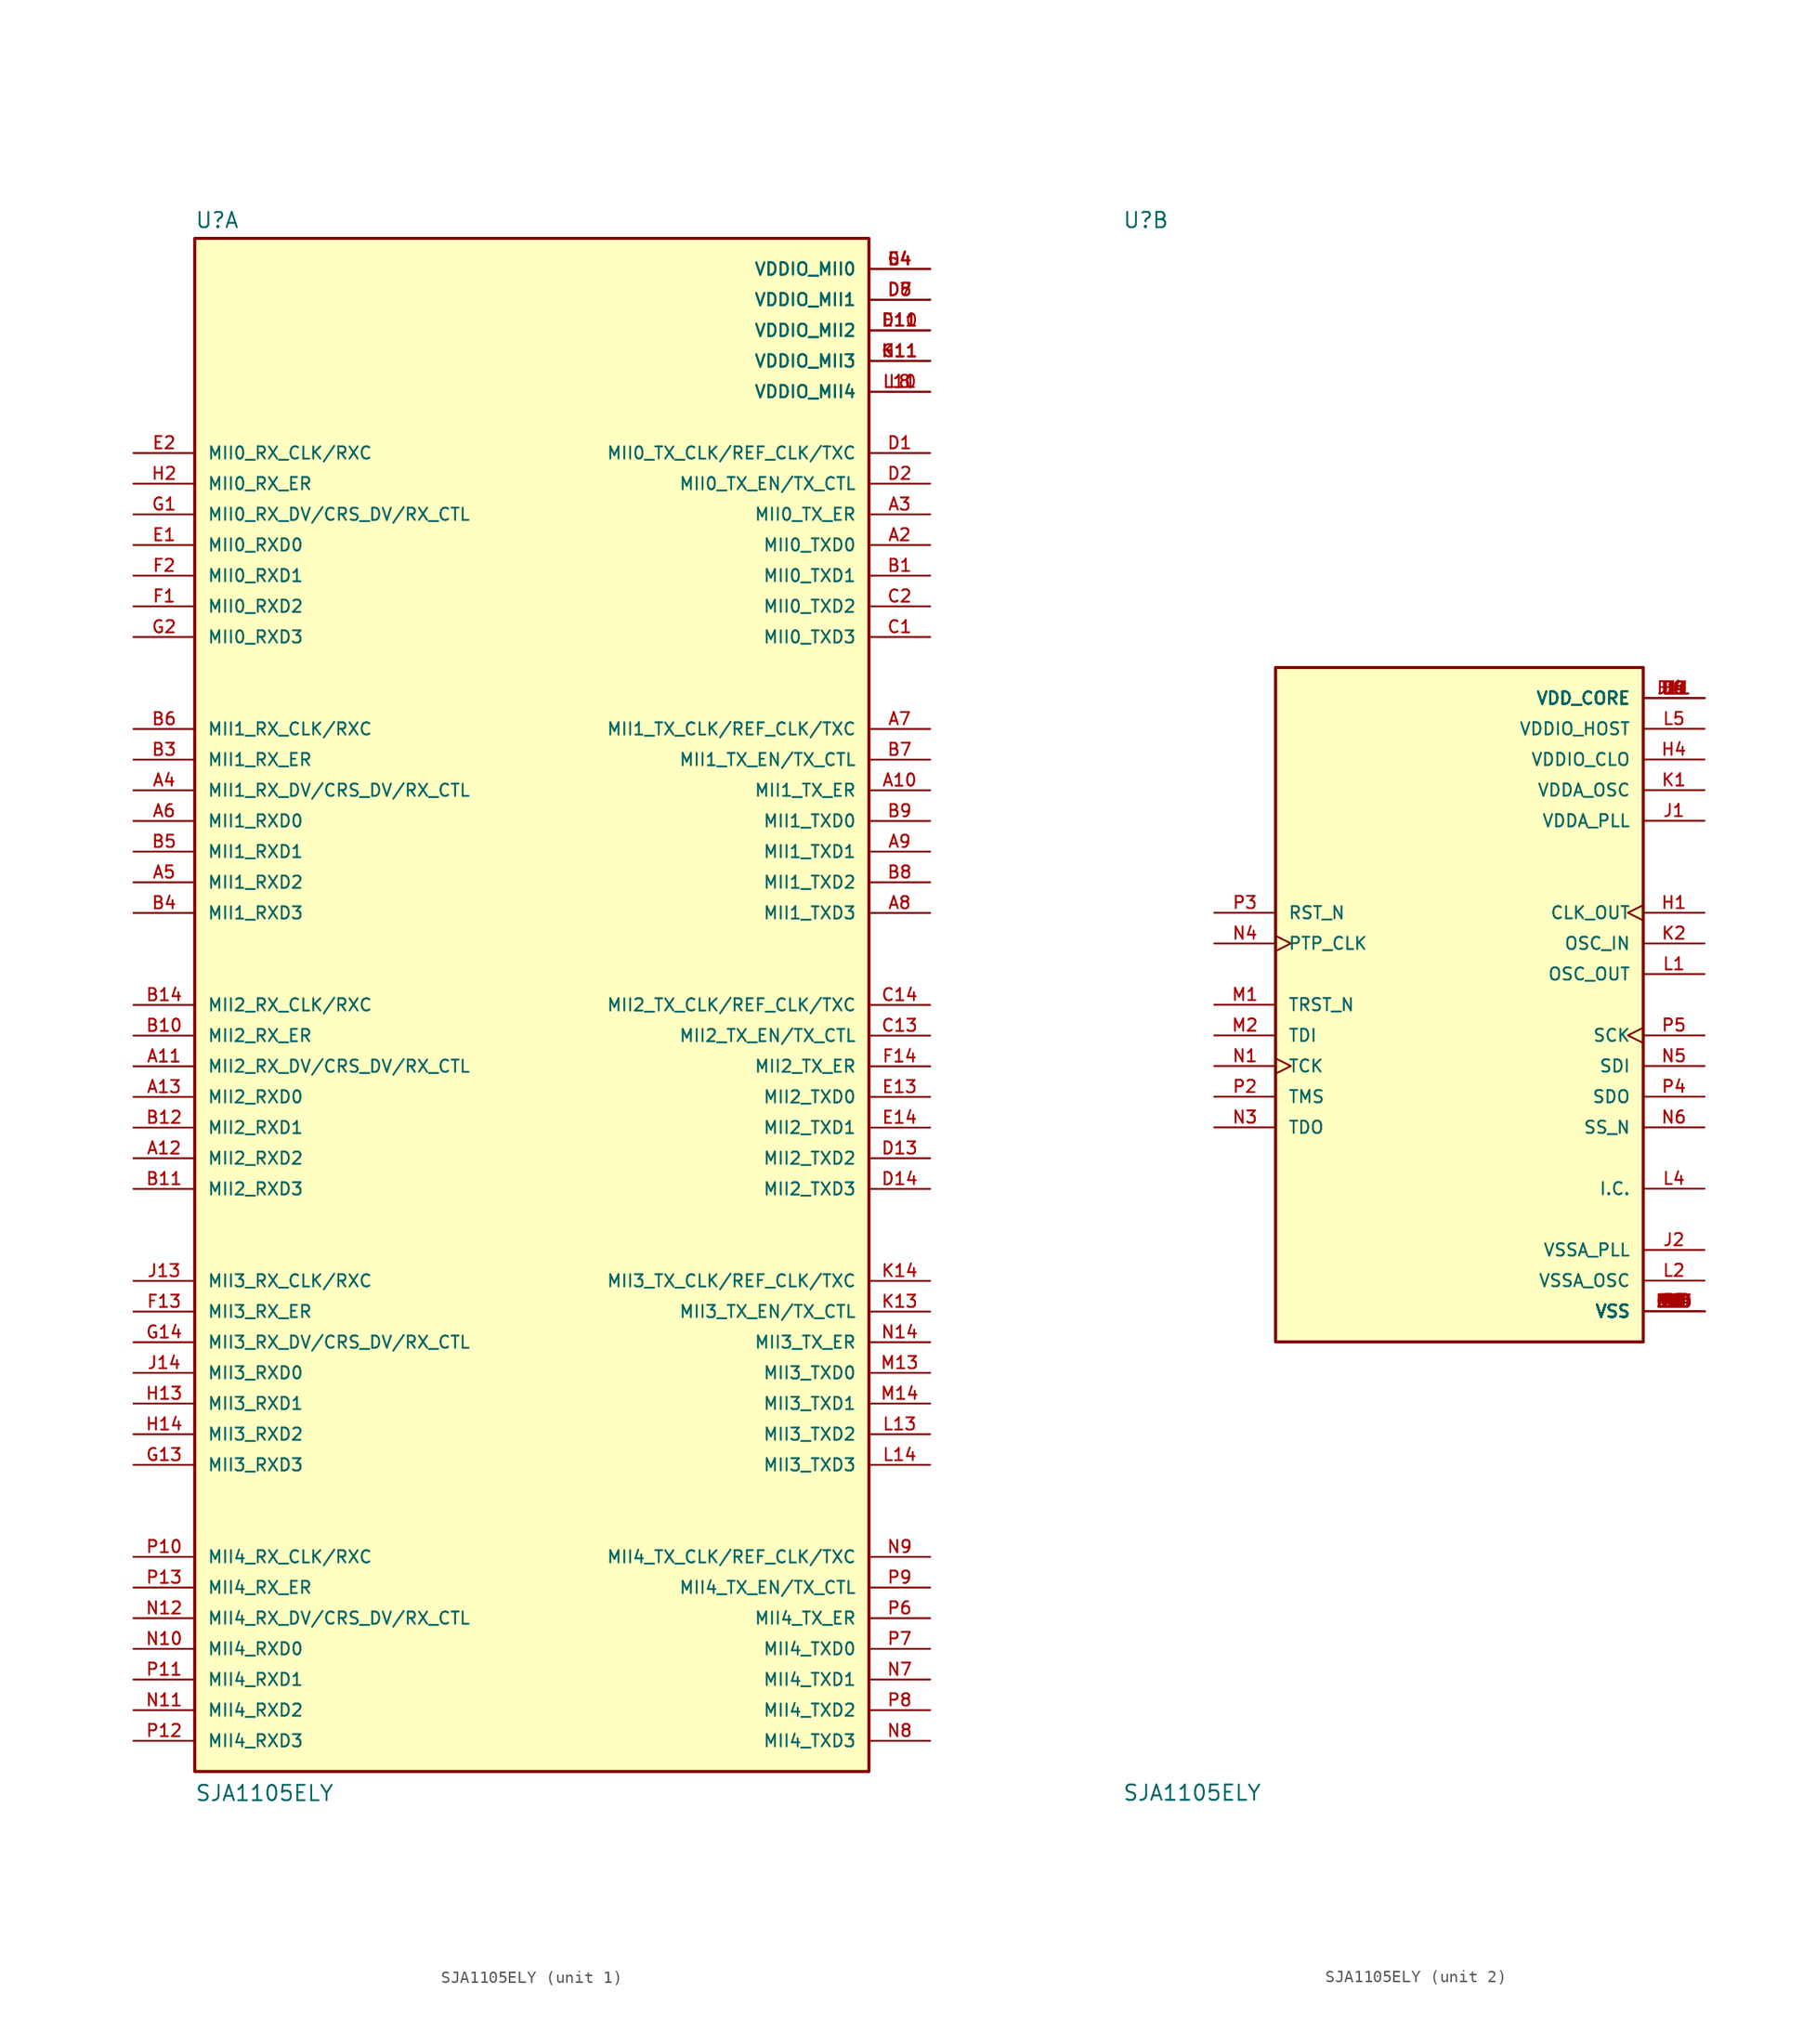
<source format=kicad_sym>
(kicad_symbol_lib
  (version 20211014)
  (generator kicad_symbol_editor)
  (symbol "SJA1105ELY"
    (pin_names
      (offset 1.016))
    (property "Reference" "U"
      (at -27.94 64.262 0)
      (effects (font (size 1.27 1.27)) (justify bottom left)))
    (property "Value" "SJA1105ELY"
      (at -27.94 -66.04 0)
      (effects (font (size 1.27 1.27)) (justify bottom left)))
    (symbol "SJA1105ELY_1_0"
      (rectangle (start -27.94 -63.5) (end 27.94 63.5) (stroke (width 0.254)) (fill (type background)))
      (pin power_in line (at 33.02 60.96 180.0) (length 5.08) (name "VDDIO_MII0" (effects (font (size 1.016 1.016)))) (number "D4" (effects (font (size 1.016 1.016)))))
      (pin power_in line (at 33.02 60.96 180.0) (length 5.08) (name "VDDIO_MII0" (effects (font (size 1.016 1.016)))) (number "E4" (effects (font (size 1.016 1.016)))))
      (pin power_in line (at 33.02 60.96 180.0) (length 5.08) (name "VDDIO_MII0" (effects (font (size 1.016 1.016)))) (number "G4" (effects (font (size 1.016 1.016)))))
      (pin bidirectional line (at 33.02 45.72 180.0) (length 5.08) (name "MII0_TX_CLK/REF_CLK/TXC" (effects (font (size 1.016 1.016)))) (number "D1" (effects (font (size 1.016 1.016)))))
      (pin output line (at 33.02 43.18 180.0) (length 5.08) (name "MII0_TX_EN/TX_CTL" (effects (font (size 1.016 1.016)))) (number "D2" (effects (font (size 1.016 1.016)))))
      (pin output line (at 33.02 38.1 180.0) (length 5.08) (name "MII0_TXD0" (effects (font (size 1.016 1.016)))) (number "A2" (effects (font (size 1.016 1.016)))))
      (pin output line (at 33.02 40.64 180.0) (length 5.08) (name "MII0_TX_ER" (effects (font (size 1.016 1.016)))) (number "A3" (effects (font (size 1.016 1.016)))))
      (pin output line (at 33.02 35.56 180.0) (length 5.08) (name "MII0_TXD1" (effects (font (size 1.016 1.016)))) (number "B1" (effects (font (size 1.016 1.016)))))
      (pin output line (at 33.02 33.02 180.0) (length 5.08) (name "MII0_TXD2" (effects (font (size 1.016 1.016)))) (number "C2" (effects (font (size 1.016 1.016)))))
      (pin output line (at 33.02 30.48 180.0) (length 5.08) (name "MII0_TXD3" (effects (font (size 1.016 1.016)))) (number "C1" (effects (font (size 1.016 1.016)))))
      (pin bidirectional line (at -33.02 45.72 0) (length 5.08) (name "MII0_RX_CLK/RXC" (effects (font (size 1.016 1.016)))) (number "E2" (effects (font (size 1.016 1.016)))))
      (pin input line (at -33.02 43.18 0) (length 5.08) (name "MII0_RX_ER" (effects (font (size 1.016 1.016)))) (number "H2" (effects (font (size 1.016 1.016)))))
      (pin input line (at -33.02 40.64 0) (length 5.08) (name "MII0_RX_DV/CRS_DV/RX_CTL" (effects (font (size 1.016 1.016)))) (number "G1" (effects (font (size 1.016 1.016)))))
      (pin input line (at -33.02 38.1 0) (length 5.08) (name "MII0_RXD0" (effects (font (size 1.016 1.016)))) (number "E1" (effects (font (size 1.016 1.016)))))
      (pin input line (at -33.02 35.56 0) (length 5.08) (name "MII0_RXD1" (effects (font (size 1.016 1.016)))) (number "F2" (effects (font (size 1.016 1.016)))))
      (pin input line (at -33.02 33.02 0) (length 5.08) (name "MII0_RXD2" (effects (font (size 1.016 1.016)))) (number "F1" (effects (font (size 1.016 1.016)))))
      (pin input line (at -33.02 30.48 0) (length 5.08) (name "MII0_RXD3" (effects (font (size 1.016 1.016)))) (number "G2" (effects (font (size 1.016 1.016)))))
      (pin power_in line (at 33.02 58.42 180.0) (length 5.08) (name "VDDIO_MII1" (effects (font (size 1.016 1.016)))) (number "D5" (effects (font (size 1.016 1.016)))))
      (pin power_in line (at 33.02 58.42 180.0) (length 5.08) (name "VDDIO_MII1" (effects (font (size 1.016 1.016)))) (number "D7" (effects (font (size 1.016 1.016)))))
      (pin power_in line (at 33.02 58.42 180.0) (length 5.08) (name "VDDIO_MII1" (effects (font (size 1.016 1.016)))) (number "D8" (effects (font (size 1.016 1.016)))))
      (pin bidirectional line (at 33.02 22.86 180.0) (length 5.08) (name "MII1_TX_CLK/REF_CLK/TXC" (effects (font (size 1.016 1.016)))) (number "A7" (effects (font (size 1.016 1.016)))))
      (pin output line (at 33.02 20.32 180.0) (length 5.08) (name "MII1_TX_EN/TX_CTL" (effects (font (size 1.016 1.016)))) (number "B7" (effects (font (size 1.016 1.016)))))
      (pin output line (at 33.02 15.24 180.0) (length 5.08) (name "MII1_TXD0" (effects (font (size 1.016 1.016)))) (number "B9" (effects (font (size 1.016 1.016)))))
      (pin output line (at 33.02 17.78 180.0) (length 5.08) (name "MII1_TX_ER" (effects (font (size 1.016 1.016)))) (number "A10" (effects (font (size 1.016 1.016)))))
      (pin output line (at 33.02 12.7 180.0) (length 5.08) (name "MII1_TXD1" (effects (font (size 1.016 1.016)))) (number "A9" (effects (font (size 1.016 1.016)))))
      (pin output line (at 33.02 10.16 180.0) (length 5.08) (name "MII1_TXD2" (effects (font (size 1.016 1.016)))) (number "B8" (effects (font (size 1.016 1.016)))))
      (pin output line (at 33.02 7.62 180.0) (length 5.08) (name "MII1_TXD3" (effects (font (size 1.016 1.016)))) (number "A8" (effects (font (size 1.016 1.016)))))
      (pin bidirectional line (at -33.02 22.86 0) (length 5.08) (name "MII1_RX_CLK/RXC" (effects (font (size 1.016 1.016)))) (number "B6" (effects (font (size 1.016 1.016)))))
      (pin input line (at -33.02 20.32 0) (length 5.08) (name "MII1_RX_ER" (effects (font (size 1.016 1.016)))) (number "B3" (effects (font (size 1.016 1.016)))))
      (pin input line (at -33.02 17.78 0) (length 5.08) (name "MII1_RX_DV/CRS_DV/RX_CTL" (effects (font (size 1.016 1.016)))) (number "A4" (effects (font (size 1.016 1.016)))))
      (pin input line (at -33.02 15.24 0) (length 5.08) (name "MII1_RXD0" (effects (font (size 1.016 1.016)))) (number "A6" (effects (font (size 1.016 1.016)))))
      (pin input line (at -33.02 12.7 0) (length 5.08) (name "MII1_RXD1" (effects (font (size 1.016 1.016)))) (number "B5" (effects (font (size 1.016 1.016)))))
      (pin input line (at -33.02 10.16 0) (length 5.08) (name "MII1_RXD2" (effects (font (size 1.016 1.016)))) (number "A5" (effects (font (size 1.016 1.016)))))
      (pin input line (at -33.02 7.62 0) (length 5.08) (name "MII1_RXD3" (effects (font (size 1.016 1.016)))) (number "B4" (effects (font (size 1.016 1.016)))))
      (pin power_in line (at 33.02 55.88 180.0) (length 5.08) (name "VDDIO_MII2" (effects (font (size 1.016 1.016)))) (number "D10" (effects (font (size 1.016 1.016)))))
      (pin power_in line (at 33.02 55.88 180.0) (length 5.08) (name "VDDIO_MII2" (effects (font (size 1.016 1.016)))) (number "D11" (effects (font (size 1.016 1.016)))))
      (pin power_in line (at 33.02 55.88 180.0) (length 5.08) (name "VDDIO_MII2" (effects (font (size 1.016 1.016)))) (number "E11" (effects (font (size 1.016 1.016)))))
      (pin bidirectional line (at 33.02 0.0 180.0) (length 5.08) (name "MII2_TX_CLK/REF_CLK/TXC" (effects (font (size 1.016 1.016)))) (number "C14" (effects (font (size 1.016 1.016)))))
      (pin output line (at 33.02 -2.54 180.0) (length 5.08) (name "MII2_TX_EN/TX_CTL" (effects (font (size 1.016 1.016)))) (number "C13" (effects (font (size 1.016 1.016)))))
      (pin output line (at 33.02 -7.62 180.0) (length 5.08) (name "MII2_TXD0" (effects (font (size 1.016 1.016)))) (number "E13" (effects (font (size 1.016 1.016)))))
      (pin output line (at 33.02 -5.08 180.0) (length 5.08) (name "MII2_TX_ER" (effects (font (size 1.016 1.016)))) (number "F14" (effects (font (size 1.016 1.016)))))
      (pin output line (at 33.02 -10.16 180.0) (length 5.08) (name "MII2_TXD1" (effects (font (size 1.016 1.016)))) (number "E14" (effects (font (size 1.016 1.016)))))
      (pin output line (at 33.02 -12.7 180.0) (length 5.08) (name "MII2_TXD2" (effects (font (size 1.016 1.016)))) (number "D13" (effects (font (size 1.016 1.016)))))
      (pin output line (at 33.02 -15.24 180.0) (length 5.08) (name "MII2_TXD3" (effects (font (size 1.016 1.016)))) (number "D14" (effects (font (size 1.016 1.016)))))
      (pin bidirectional line (at -33.02 0.0 0) (length 5.08) (name "MII2_RX_CLK/RXC" (effects (font (size 1.016 1.016)))) (number "B14" (effects (font (size 1.016 1.016)))))
      (pin input line (at -33.02 -2.54 0) (length 5.08) (name "MII2_RX_ER" (effects (font (size 1.016 1.016)))) (number "B10" (effects (font (size 1.016 1.016)))))
      (pin input line (at -33.02 -5.08 0) (length 5.08) (name "MII2_RX_DV/CRS_DV/RX_CTL" (effects (font (size 1.016 1.016)))) (number "A11" (effects (font (size 1.016 1.016)))))
      (pin input line (at -33.02 -7.62 0) (length 5.08) (name "MII2_RXD0" (effects (font (size 1.016 1.016)))) (number "A13" (effects (font (size 1.016 1.016)))))
      (pin input line (at -33.02 -10.16 0) (length 5.08) (name "MII2_RXD1" (effects (font (size 1.016 1.016)))) (number "B12" (effects (font (size 1.016 1.016)))))
      (pin input line (at -33.02 -12.7 0) (length 5.08) (name "MII2_RXD2" (effects (font (size 1.016 1.016)))) (number "A12" (effects (font (size 1.016 1.016)))))
      (pin input line (at -33.02 -15.24 0) (length 5.08) (name "MII2_RXD3" (effects (font (size 1.016 1.016)))) (number "B11" (effects (font (size 1.016 1.016)))))
      (pin power_in line (at 33.02 53.34 180.0) (length 5.08) (name "VDDIO_MII3" (effects (font (size 1.016 1.016)))) (number "G11" (effects (font (size 1.016 1.016)))))
      (pin power_in line (at 33.02 53.34 180.0) (length 5.08) (name "VDDIO_MII3" (effects (font (size 1.016 1.016)))) (number "H11" (effects (font (size 1.016 1.016)))))
      (pin power_in line (at 33.02 53.34 180.0) (length 5.08) (name "VDDIO_MII3" (effects (font (size 1.016 1.016)))) (number "K11" (effects (font (size 1.016 1.016)))))
      (pin bidirectional line (at 33.02 -22.86 180.0) (length 5.08) (name "MII3_TX_CLK/REF_CLK/TXC" (effects (font (size 1.016 1.016)))) (number "K14" (effects (font (size 1.016 1.016)))))
      (pin output line (at 33.02 -25.4 180.0) (length 5.08) (name "MII3_TX_EN/TX_CTL" (effects (font (size 1.016 1.016)))) (number "K13" (effects (font (size 1.016 1.016)))))
      (pin output line (at 33.02 -30.48 180.0) (length 5.08) (name "MII3_TXD0" (effects (font (size 1.016 1.016)))) (number "M13" (effects (font (size 1.016 1.016)))))
      (pin output line (at 33.02 -27.94 180.0) (length 5.08) (name "MII3_TX_ER" (effects (font (size 1.016 1.016)))) (number "N14" (effects (font (size 1.016 1.016)))))
      (pin output line (at 33.02 -33.02 180.0) (length 5.08) (name "MII3_TXD1" (effects (font (size 1.016 1.016)))) (number "M14" (effects (font (size 1.016 1.016)))))
      (pin output line (at 33.02 -35.56 180.0) (length 5.08) (name "MII3_TXD2" (effects (font (size 1.016 1.016)))) (number "L13" (effects (font (size 1.016 1.016)))))
      (pin output line (at 33.02 -38.1 180.0) (length 5.08) (name "MII3_TXD3" (effects (font (size 1.016 1.016)))) (number "L14" (effects (font (size 1.016 1.016)))))
      (pin bidirectional line (at -33.02 -22.86 0) (length 5.08) (name "MII3_RX_CLK/RXC" (effects (font (size 1.016 1.016)))) (number "J13" (effects (font (size 1.016 1.016)))))
      (pin input line (at -33.02 -25.4 0) (length 5.08) (name "MII3_RX_ER" (effects (font (size 1.016 1.016)))) (number "F13" (effects (font (size 1.016 1.016)))))
      (pin input line (at -33.02 -27.94 0) (length 5.08) (name "MII3_RX_DV/CRS_DV/RX_CTL" (effects (font (size 1.016 1.016)))) (number "G14" (effects (font (size 1.016 1.016)))))
      (pin input line (at -33.02 -30.48 0) (length 5.08) (name "MII3_RXD0" (effects (font (size 1.016 1.016)))) (number "J14" (effects (font (size 1.016 1.016)))))
      (pin input line (at -33.02 -33.02 0) (length 5.08) (name "MII3_RXD1" (effects (font (size 1.016 1.016)))) (number "H13" (effects (font (size 1.016 1.016)))))
      (pin input line (at -33.02 -35.56 0) (length 5.08) (name "MII3_RXD2" (effects (font (size 1.016 1.016)))) (number "H14" (effects (font (size 1.016 1.016)))))
      (pin input line (at -33.02 -38.1 0) (length 5.08) (name "MII3_RXD3" (effects (font (size 1.016 1.016)))) (number "G13" (effects (font (size 1.016 1.016)))))
      (pin power_in line (at 33.02 50.8 180.0) (length 5.08) (name "VDDIO_MII4" (effects (font (size 1.016 1.016)))) (number "L8" (effects (font (size 1.016 1.016)))))
      (pin power_in line (at 33.02 50.8 180.0) (length 5.08) (name "VDDIO_MII4" (effects (font (size 1.016 1.016)))) (number "L10" (effects (font (size 1.016 1.016)))))
      (pin power_in line (at 33.02 50.8 180.0) (length 5.08) (name "VDDIO_MII4" (effects (font (size 1.016 1.016)))) (number "L11" (effects (font (size 1.016 1.016)))))
      (pin bidirectional line (at 33.02 -45.72 180.0) (length 5.08) (name "MII4_TX_CLK/REF_CLK/TXC" (effects (font (size 1.016 1.016)))) (number "N9" (effects (font (size 1.016 1.016)))))
      (pin output line (at 33.02 -48.26 180.0) (length 5.08) (name "MII4_TX_EN/TX_CTL" (effects (font (size 1.016 1.016)))) (number "P9" (effects (font (size 1.016 1.016)))))
      (pin output line (at 33.02 -53.34 180.0) (length 5.08) (name "MII4_TXD0" (effects (font (size 1.016 1.016)))) (number "P7" (effects (font (size 1.016 1.016)))))
      (pin output line (at 33.02 -50.8 180.0) (length 5.08) (name "MII4_TX_ER" (effects (font (size 1.016 1.016)))) (number "P6" (effects (font (size 1.016 1.016)))))
      (pin output line (at 33.02 -55.88 180.0) (length 5.08) (name "MII4_TXD1" (effects (font (size 1.016 1.016)))) (number "N7" (effects (font (size 1.016 1.016)))))
      (pin output line (at 33.02 -58.42 180.0) (length 5.08) (name "MII4_TXD2" (effects (font (size 1.016 1.016)))) (number "P8" (effects (font (size 1.016 1.016)))))
      (pin output line (at 33.02 -60.96 180.0) (length 5.08) (name "MII4_TXD3" (effects (font (size 1.016 1.016)))) (number "N8" (effects (font (size 1.016 1.016)))))
      (pin bidirectional line (at -33.02 -45.72 0) (length 5.08) (name "MII4_RX_CLK/RXC" (effects (font (size 1.016 1.016)))) (number "P10" (effects (font (size 1.016 1.016)))))
      (pin input line (at -33.02 -48.26 0) (length 5.08) (name "MII4_RX_ER" (effects (font (size 1.016 1.016)))) (number "P13" (effects (font (size 1.016 1.016)))))
      (pin input line (at -33.02 -50.8 0) (length 5.08) (name "MII4_RX_DV/CRS_DV/RX_CTL" (effects (font (size 1.016 1.016)))) (number "N12" (effects (font (size 1.016 1.016)))))
      (pin input line (at -33.02 -53.34 0) (length 5.08) (name "MII4_RXD0" (effects (font (size 1.016 1.016)))) (number "N10" (effects (font (size 1.016 1.016)))))
      (pin input line (at -33.02 -55.88 0) (length 5.08) (name "MII4_RXD1" (effects (font (size 1.016 1.016)))) (number "P11" (effects (font (size 1.016 1.016)))))
      (pin input line (at -33.02 -58.42 0) (length 5.08) (name "MII4_RXD2" (effects (font (size 1.016 1.016)))) (number "N11" (effects (font (size 1.016 1.016)))))
      (pin input line (at -33.02 -60.96 0) (length 5.08) (name "MII4_RXD3" (effects (font (size 1.016 1.016)))) (number "P12" (effects (font (size 1.016 1.016))))))
    (symbol "SJA1105ELY_2_0"
      (rectangle (start -15.24 -27.94) (end 15.24 27.94) (stroke (width 0.254)) (fill (type background)))
      (pin power_in line (at 20.32 25.4 180.0) (length 5.08) (name "VDD_CORE" (effects (font (size 1.016 1.016)))) (number "D6" (effects (font (size 1.016 1.016)))))
      (pin power_in line (at 20.32 25.4 180.0) (length 5.08) (name "VDD_CORE" (effects (font (size 1.016 1.016)))) (number "D9" (effects (font (size 1.016 1.016)))))
      (pin power_in line (at 20.32 25.4 180.0) (length 5.08) (name "VDD_CORE" (effects (font (size 1.016 1.016)))) (number "F4" (effects (font (size 1.016 1.016)))))
      (pin power_in line (at 20.32 25.4 180.0) (length 5.08) (name "VDD_CORE" (effects (font (size 1.016 1.016)))) (number "F11" (effects (font (size 1.016 1.016)))))
      (pin power_in line (at 20.32 25.4 180.0) (length 5.08) (name "VDD_CORE" (effects (font (size 1.016 1.016)))) (number "J4" (effects (font (size 1.016 1.016)))))
      (pin power_in line (at 20.32 25.4 180.0) (length 5.08) (name "VDD_CORE" (effects (font (size 1.016 1.016)))) (number "J11" (effects (font (size 1.016 1.016)))))
      (pin power_in line (at 20.32 25.4 180.0) (length 5.08) (name "VDD_CORE" (effects (font (size 1.016 1.016)))) (number "L6" (effects (font (size 1.016 1.016)))))
      (pin power_in line (at 20.32 25.4 180.0) (length 5.08) (name "VDD_CORE" (effects (font (size 1.016 1.016)))) (number "L9" (effects (font (size 1.016 1.016)))))
      (pin power_in line (at 20.32 -25.4 180.0) (length 5.08) (name "VSS" (effects (font (size 1.016 1.016)))) (number "A1" (effects (font (size 1.016 1.016)))))
      (pin power_in line (at 20.32 -25.4 180.0) (length 5.08) (name "VSS" (effects (font (size 1.016 1.016)))) (number "A14" (effects (font (size 1.016 1.016)))))
      (pin power_in line (at 20.32 -25.4 180.0) (length 5.08) (name "VSS" (effects (font (size 1.016 1.016)))) (number "B13" (effects (font (size 1.016 1.016)))))
      (pin power_in line (at 20.32 -25.4 180.0) (length 5.08) (name "VSS" (effects (font (size 1.016 1.016)))) (number "E5" (effects (font (size 1.016 1.016)))))
      (pin power_in line (at 20.32 -25.4 180.0) (length 5.08) (name "VSS" (effects (font (size 1.016 1.016)))) (number "E6" (effects (font (size 1.016 1.016)))))
      (pin power_in line (at 20.32 -25.4 180.0) (length 5.08) (name "VSS" (effects (font (size 1.016 1.016)))) (number "E7" (effects (font (size 1.016 1.016)))))
      (pin power_in line (at 20.32 -25.4 180.0) (length 5.08) (name "VSS" (effects (font (size 1.016 1.016)))) (number "E8" (effects (font (size 1.016 1.016)))))
      (pin power_in line (at 20.32 -25.4 180.0) (length 5.08) (name "VSS" (effects (font (size 1.016 1.016)))) (number "E9" (effects (font (size 1.016 1.016)))))
      (pin power_in line (at 20.32 -25.4 180.0) (length 5.08) (name "VSS" (effects (font (size 1.016 1.016)))) (number "E10" (effects (font (size 1.016 1.016)))))
      (pin power_in line (at 20.32 -25.4 180.0) (length 5.08) (name "VSS" (effects (font (size 1.016 1.016)))) (number "F5" (effects (font (size 1.016 1.016)))))
      (pin power_in line (at 20.32 -25.4 180.0) (length 5.08) (name "VSS" (effects (font (size 1.016 1.016)))) (number "F6" (effects (font (size 1.016 1.016)))))
      (pin power_in line (at 20.32 -25.4 180.0) (length 5.08) (name "VSS" (effects (font (size 1.016 1.016)))) (number "F7" (effects (font (size 1.016 1.016)))))
      (pin power_in line (at 20.32 -25.4 180.0) (length 5.08) (name "VSS" (effects (font (size 1.016 1.016)))) (number "F8" (effects (font (size 1.016 1.016)))))
      (pin power_in line (at 20.32 -25.4 180.0) (length 5.08) (name "VSS" (effects (font (size 1.016 1.016)))) (number "F9" (effects (font (size 1.016 1.016)))))
      (pin power_in line (at 20.32 -25.4 180.0) (length 5.08) (name "VSS" (effects (font (size 1.016 1.016)))) (number "F10" (effects (font (size 1.016 1.016)))))
      (pin power_in line (at 20.32 -25.4 180.0) (length 5.08) (name "VSS" (effects (font (size 1.016 1.016)))) (number "G5" (effects (font (size 1.016 1.016)))))
      (pin power_in line (at 20.32 -25.4 180.0) (length 5.08) (name "VSS" (effects (font (size 1.016 1.016)))) (number "G6" (effects (font (size 1.016 1.016)))))
      (pin power_in line (at 20.32 -25.4 180.0) (length 5.08) (name "VSS" (effects (font (size 1.016 1.016)))) (number "G7" (effects (font (size 1.016 1.016)))))
      (pin power_in line (at 20.32 -25.4 180.0) (length 5.08) (name "VSS" (effects (font (size 1.016 1.016)))) (number "G8" (effects (font (size 1.016 1.016)))))
      (pin power_in line (at 20.32 -25.4 180.0) (length 5.08) (name "VSS" (effects (font (size 1.016 1.016)))) (number "G9" (effects (font (size 1.016 1.016)))))
      (pin power_in line (at 20.32 -25.4 180.0) (length 5.08) (name "VSS" (effects (font (size 1.016 1.016)))) (number "G10" (effects (font (size 1.016 1.016)))))
      (pin power_in line (at 20.32 -25.4 180.0) (length 5.08) (name "VSS" (effects (font (size 1.016 1.016)))) (number "H5" (effects (font (size 1.016 1.016)))))
      (pin power_in line (at 20.32 -25.4 180.0) (length 5.08) (name "VSS" (effects (font (size 1.016 1.016)))) (number "H6" (effects (font (size 1.016 1.016)))))
      (pin power_in line (at 20.32 -25.4 180.0) (length 5.08) (name "VSS" (effects (font (size 1.016 1.016)))) (number "H7" (effects (font (size 1.016 1.016)))))
      (pin power_in line (at 20.32 -25.4 180.0) (length 5.08) (name "VSS" (effects (font (size 1.016 1.016)))) (number "H8" (effects (font (size 1.016 1.016)))))
      (pin power_in line (at 20.32 -25.4 180.0) (length 5.08) (name "VSS" (effects (font (size 1.016 1.016)))) (number "H9" (effects (font (size 1.016 1.016)))))
      (pin power_in line (at 20.32 -25.4 180.0) (length 5.08) (name "VSS" (effects (font (size 1.016 1.016)))) (number "H10" (effects (font (size 1.016 1.016)))))
      (pin power_in line (at 20.32 -25.4 180.0) (length 5.08) (name "VSS" (effects (font (size 1.016 1.016)))) (number "J5" (effects (font (size 1.016 1.016)))))
      (pin power_in line (at 20.32 -25.4 180.0) (length 5.08) (name "VSS" (effects (font (size 1.016 1.016)))) (number "J6" (effects (font (size 1.016 1.016)))))
      (pin power_in line (at 20.32 -25.4 180.0) (length 5.08) (name "VSS" (effects (font (size 1.016 1.016)))) (number "J7" (effects (font (size 1.016 1.016)))))
      (pin power_in line (at 20.32 -25.4 180.0) (length 5.08) (name "VSS" (effects (font (size 1.016 1.016)))) (number "J8" (effects (font (size 1.016 1.016)))))
      (pin power_in line (at 20.32 -25.4 180.0) (length 5.08) (name "VSS" (effects (font (size 1.016 1.016)))) (number "J9" (effects (font (size 1.016 1.016)))))
      (pin power_in line (at 20.32 -25.4 180.0) (length 5.08) (name "VSS" (effects (font (size 1.016 1.016)))) (number "J10" (effects (font (size 1.016 1.016)))))
      (pin power_in line (at 20.32 -25.4 180.0) (length 5.08) (name "VSS" (effects (font (size 1.016 1.016)))) (number "K4" (effects (font (size 1.016 1.016)))))
      (pin power_in line (at 20.32 -25.4 180.0) (length 5.08) (name "VSS" (effects (font (size 1.016 1.016)))) (number "K5" (effects (font (size 1.016 1.016)))))
      (pin power_in line (at 20.32 -25.4 180.0) (length 5.08) (name "VSS" (effects (font (size 1.016 1.016)))) (number "K6" (effects (font (size 1.016 1.016)))))
      (pin power_in line (at 20.32 -25.4 180.0) (length 5.08) (name "VSS" (effects (font (size 1.016 1.016)))) (number "K7" (effects (font (size 1.016 1.016)))))
      (pin power_in line (at 20.32 -25.4 180.0) (length 5.08) (name "VSS" (effects (font (size 1.016 1.016)))) (number "K8" (effects (font (size 1.016 1.016)))))
      (pin power_in line (at 20.32 -25.4 180.0) (length 5.08) (name "VSS" (effects (font (size 1.016 1.016)))) (number "K9" (effects (font (size 1.016 1.016)))))
      (pin power_in line (at 20.32 -25.4 180.0) (length 5.08) (name "VSS" (effects (font (size 1.016 1.016)))) (number "K10" (effects (font (size 1.016 1.016)))))
      (pin power_in line (at 20.32 -25.4 180.0) (length 5.08) (name "VSS" (effects (font (size 1.016 1.016)))) (number "L7" (effects (font (size 1.016 1.016)))))
      (pin power_in line (at 20.32 -25.4 180.0) (length 5.08) (name "VSS" (effects (font (size 1.016 1.016)))) (number "N2" (effects (font (size 1.016 1.016)))))
      (pin power_in line (at 20.32 -25.4 180.0) (length 5.08) (name "VSS" (effects (font (size 1.016 1.016)))) (number "N13" (effects (font (size 1.016 1.016)))))
      (pin power_in line (at 20.32 -25.4 180.0) (length 5.08) (name "VSS" (effects (font (size 1.016 1.016)))) (number "P1" (effects (font (size 1.016 1.016)))))
      (pin power_in line (at 20.32 -25.4 180.0) (length 5.08) (name "VSS" (effects (font (size 1.016 1.016)))) (number "P14" (effects (font (size 1.016 1.016)))))
      (pin input line (at -20.32 7.62 0) (length 5.08) (name "RST_N" (effects (font (size 1.016 1.016)))) (number "P3" (effects (font (size 1.016 1.016)))))
      (pin output clock (at -20.32 5.08 0) (length 5.08) (name "PTP_CLK" (effects (font (size 1.016 1.016)))) (number "N4" (effects (font (size 1.016 1.016)))))
      (pin power_in line (at 20.32 22.86 180.0) (length 5.08) (name "VDDIO_HOST" (effects (font (size 1.016 1.016)))) (number "L5" (effects (font (size 1.016 1.016)))))
      (pin passive line (at 20.32 -15.24 180.0) (length 5.08) (name "I.C." (effects (font (size 1.016 1.016)))) (number "L4" (effects (font (size 1.016 1.016)))))
      (pin power_in line (at 20.32 17.78 180.0) (length 5.08) (name "VDDA_OSC" (effects (font (size 1.016 1.016)))) (number "K1" (effects (font (size 1.016 1.016)))))
      (pin power_in line (at 20.32 -22.86 180.0) (length 5.08) (name "VSSA_OSC" (effects (font (size 1.016 1.016)))) (number "L2" (effects (font (size 1.016 1.016)))))
      (pin power_in line (at 20.32 15.24 180.0) (length 5.08) (name "VDDA_PLL" (effects (font (size 1.016 1.016)))) (number "J1" (effects (font (size 1.016 1.016)))))
      (pin power_in line (at 20.32 -20.32 180.0) (length 5.08) (name "VSSA_PLL" (effects (font (size 1.016 1.016)))) (number "J2" (effects (font (size 1.016 1.016)))))
      (pin power_in line (at 20.32 20.32 180.0) (length 5.08) (name "VDDIO_CLO" (effects (font (size 1.016 1.016)))) (number "H4" (effects (font (size 1.016 1.016)))))
      (pin output clock (at 20.32 7.62 180.0) (length 5.08) (name "CLK_OUT" (effects (font (size 1.016 1.016)))) (number "H1" (effects (font (size 1.016 1.016)))))
      (pin input line (at 20.32 5.08 180.0) (length 5.08) (name "OSC_IN" (effects (font (size 1.016 1.016)))) (number "K2" (effects (font (size 1.016 1.016)))))
      (pin output line (at 20.32 2.54 180.0) (length 5.08) (name "OSC_OUT" (effects (font (size 1.016 1.016)))) (number "L1" (effects (font (size 1.016 1.016)))))
      (pin input clock (at 20.32 -2.54 180.0) (length 5.08) (name "SCK" (effects (font (size 1.016 1.016)))) (number "P5" (effects (font (size 1.016 1.016)))))
      (pin input line (at 20.32 -5.08 180.0) (length 5.08) (name "SDI" (effects (font (size 1.016 1.016)))) (number "N5" (effects (font (size 1.016 1.016)))))
      (pin output line (at 20.32 -7.62 180.0) (length 5.08) (name "SDO" (effects (font (size 1.016 1.016)))) (number "P4" (effects (font (size 1.016 1.016)))))
      (pin input line (at 20.32 -10.16 180.0) (length 5.08) (name "SS_N" (effects (font (size 1.016 1.016)))) (number "N6" (effects (font (size 1.016 1.016)))))
      (pin input line (at -20.32 0.0 0) (length 5.08) (name "TRST_N" (effects (font (size 1.016 1.016)))) (number "M1" (effects (font (size 1.016 1.016)))))
      (pin input line (at -20.32 -2.54 0) (length 5.08) (name "TDI" (effects (font (size 1.016 1.016)))) (number "M2" (effects (font (size 1.016 1.016)))))
      (pin input clock (at -20.32 -5.08 0) (length 5.08) (name "TCK" (effects (font (size 1.016 1.016)))) (number "N1" (effects (font (size 1.016 1.016)))))
      (pin input line (at -20.32 -7.62 0) (length 5.08) (name "TMS" (effects (font (size 1.016 1.016)))) (number "P2" (effects (font (size 1.016 1.016)))))
      (pin output line (at -20.32 -10.16 0) (length 5.08) (name "TDO" (effects (font (size 1.016 1.016)))) (number "N3" (effects (font (size 1.016 1.016))))))))
</source>
